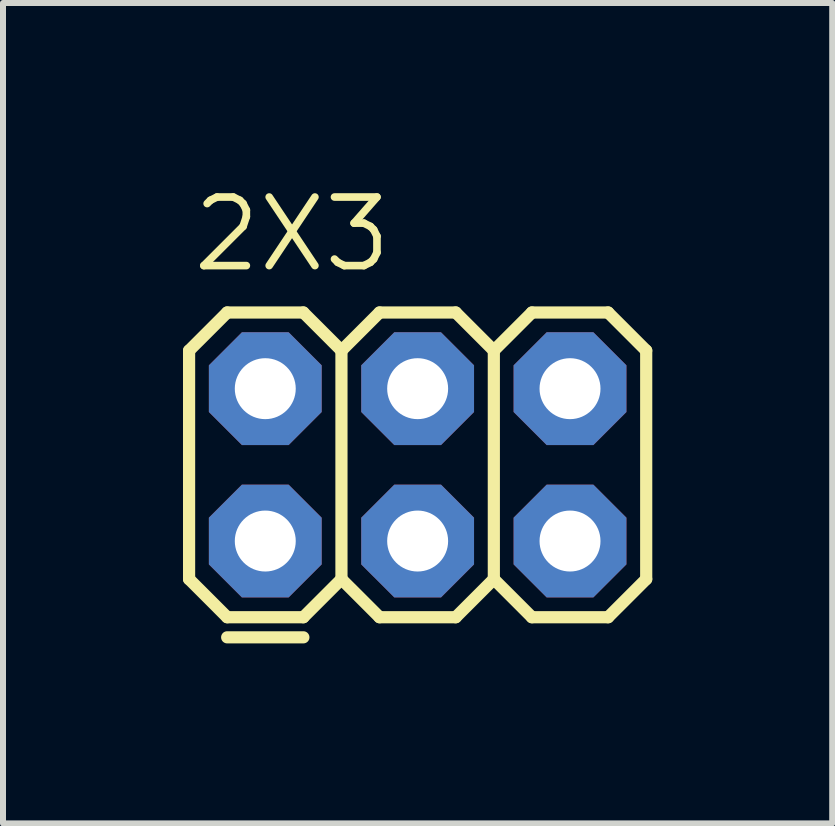
<source format=kicad_pcb>
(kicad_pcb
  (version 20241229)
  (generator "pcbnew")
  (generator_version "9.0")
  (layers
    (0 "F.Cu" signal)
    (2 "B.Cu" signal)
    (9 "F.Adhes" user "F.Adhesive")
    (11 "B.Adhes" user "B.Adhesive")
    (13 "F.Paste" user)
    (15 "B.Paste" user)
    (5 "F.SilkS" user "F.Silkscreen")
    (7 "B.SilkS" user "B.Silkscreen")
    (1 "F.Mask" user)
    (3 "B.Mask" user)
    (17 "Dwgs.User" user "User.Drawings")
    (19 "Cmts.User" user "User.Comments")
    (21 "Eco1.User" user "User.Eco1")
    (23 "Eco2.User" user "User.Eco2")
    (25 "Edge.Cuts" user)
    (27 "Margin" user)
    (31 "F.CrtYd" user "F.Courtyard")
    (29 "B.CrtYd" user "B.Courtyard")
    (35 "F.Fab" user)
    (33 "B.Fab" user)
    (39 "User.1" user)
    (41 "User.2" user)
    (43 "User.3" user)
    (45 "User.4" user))
  (footprint "2X3"
    (layer "F.Cu")
    (at 1.372 5.969)
    (property "Reference" "2X3" (at -1.27 -4.445 0) (unlocked yes) (layer "F.SilkS") (effects (font (size 1.143 1.143) (thickness 0.127)) (justify left bottom)))
    (fp_line (start -1.27 -3.175) (end -0.635 -3.81) (stroke (width 0.203) (type solid)) (layer "F.SilkS"))
    (fp_line (start -1.27 0.635) (end -1.27 -3.175) (stroke (width 0.203) (type solid)) (layer "F.SilkS"))
    (fp_line (start -1.27 0.635) (end -0.635 1.27) (stroke (width 0.203) (type solid)) (layer "F.SilkS"))
    (fp_line (start -0.635 -3.81) (end 0.635 -3.81) (stroke (width 0.203) (type solid)) (layer "F.SilkS"))
    (fp_line (start -0.635 1.27) (end 0.635 1.27) (stroke (width 0.203) (type solid)) (layer "F.SilkS"))
    (fp_line (start 0.635 -3.81) (end 1.27 -3.175) (stroke (width 0.203) (type solid)) (layer "F.SilkS"))
    (fp_line (start 0.635 1.27) (end 1.27 0.635) (stroke (width 0.203) (type solid)) (layer "F.SilkS"))
    (fp_line (start 0.635 1.605) (end -0.635 1.605) (stroke (width 0.203) (type solid)) (layer "F.SilkS"))
    (fp_line (start 1.27 -3.175) (end 1.27 0.635) (stroke (width 0.203) (type solid)) (layer "F.SilkS"))
    (fp_line (start 1.27 -3.175) (end 1.905 -3.81) (stroke (width 0.203) (type solid)) (layer "F.SilkS"))
    (fp_line (start 1.27 0.635) (end 1.905 1.27) (stroke (width 0.203) (type solid)) (layer "F.SilkS"))
    (fp_line (start 1.905 -3.81) (end 3.175 -3.81) (stroke (width 0.203) (type solid)) (layer "F.SilkS"))
    (fp_line (start 1.905 1.27) (end 3.175 1.27) (stroke (width 0.203) (type solid)) (layer "F.SilkS"))
    (fp_line (start 3.175 -3.81) (end 3.81 -3.175) (stroke (width 0.203) (type solid)) (layer "F.SilkS"))
    (fp_line (start 3.175 1.27) (end 3.81 0.635) (stroke (width 0.203) (type solid)) (layer "F.SilkS"))
    (fp_line (start 3.81 -3.175) (end 3.81 0.635) (stroke (width 0.203) (type solid)) (layer "F.SilkS"))
    (fp_line (start 3.81 -3.175) (end 4.445 -3.81) (stroke (width 0.203) (type solid)) (layer "F.SilkS"))
    (fp_line (start 3.81 0.635) (end 4.445 1.27) (stroke (width 0.203) (type solid)) (layer "F.SilkS"))
    (fp_line (start 4.445 -3.81) (end 5.715 -3.81) (stroke (width 0.203) (type solid)) (layer "F.SilkS"))
    (fp_line (start 4.445 1.27) (end 5.715 1.27) (stroke (width 0.203) (type solid)) (layer "F.SilkS"))
    (fp_line (start 5.715 -3.81) (end 6.35 -3.175) (stroke (width 0.203) (type solid)) (layer "F.SilkS"))
    (fp_line (start 5.715 1.27) (end 6.35 0.635) (stroke (width 0.203) (type solid)) (layer "F.SilkS"))
    (fp_line (start 6.35 -3.175) (end 6.35 0.635) (stroke (width 0.203) (type solid)) (layer "F.SilkS"))
    (fp_poly (pts (xy -0.254 -2.286) (xy 0.254 -2.286) (xy 0.254 -2.794) (xy -0.254 -2.794)) (stroke (width 0.1) (type default)) (fill no) (layer "F.Fab"))
    (fp_poly (pts (xy -0.254 0.254) (xy 0.254 0.254) (xy 0.254 -0.254) (xy -0.254 -0.254)) (stroke (width 0.1) (type default)) (fill no) (layer "F.Fab"))
    (fp_poly (pts (xy 2.286 -2.286) (xy 2.794 -2.286) (xy 2.794 -2.794) (xy 2.286 -2.794)) (stroke (width 0.1) (type default)) (fill no) (layer "F.Fab"))
    (fp_poly (pts (xy 2.286 0.254) (xy 2.794 0.254) (xy 2.794 -0.254) (xy 2.286 -0.254)) (stroke (width 0.1) (type default)) (fill no) (layer "F.Fab"))
    (fp_poly (pts (xy 4.826 -2.286) (xy 5.334 -2.286) (xy 5.334 -2.794) (xy 4.826 -2.794)) (stroke (width 0.1) (type default)) (fill no) (layer "F.Fab"))
    (fp_poly (pts (xy 4.826 0.254) (xy 5.334 0.254) (xy 5.334 -0.254) (xy 4.826 -0.254)) (stroke (width 0.1) (type default)) (fill no) (layer "F.Fab"))
    (pad "1" thru_hole roundrect (at 0 0) (size 1.88 1.88) (drill 1.016) (layers "*.Cu" "*.Mask") (roundrect_rratio 0.25) (chamfer_ratio 0.293) (chamfer top_left top_right bottom_left bottom_right))
    (pad "2" thru_hole roundrect (at 0 -2.54) (size 1.88 1.88) (drill 1.016) (layers "*.Cu" "*.Mask") (roundrect_rratio 0.25) (chamfer_ratio 0.293) (chamfer top_left top_right bottom_left bottom_right))
    (pad "3" thru_hole roundrect (at 2.54 0) (size 1.88 1.88) (drill 1.016) (layers "*.Cu" "*.Mask") (roundrect_rratio 0.25) (chamfer_ratio 0.293) (chamfer top_left top_right bottom_left bottom_right))
    (pad "4" thru_hole roundrect (at 2.54 -2.54) (size 1.88 1.88) (drill 1.016) (layers "*.Cu" "*.Mask") (roundrect_rratio 0.25) (chamfer_ratio 0.293) (chamfer top_left top_right bottom_left bottom_right))
    (pad "5" thru_hole roundrect (at 5.08 0) (size 1.88 1.88) (drill 1.016) (layers "*.Cu" "*.Mask") (roundrect_rratio 0.25) (chamfer_ratio 0.293) (chamfer top_left top_right bottom_left bottom_right))
    (pad "6" thru_hole roundrect (at 5.08 -2.54) (size 1.88 1.88) (drill 1.016) (layers "*.Cu" "*.Mask") (roundrect_rratio 0.25) (chamfer_ratio 0.293) (chamfer top_left top_right bottom_left bottom_right)))
  (gr_rect
    (start -3 -3)
    (end 10.823 10.676)
    (stroke (width 0.1) (type default))
    (fill no)
    (layer "Edge.Cuts")))
</source>
